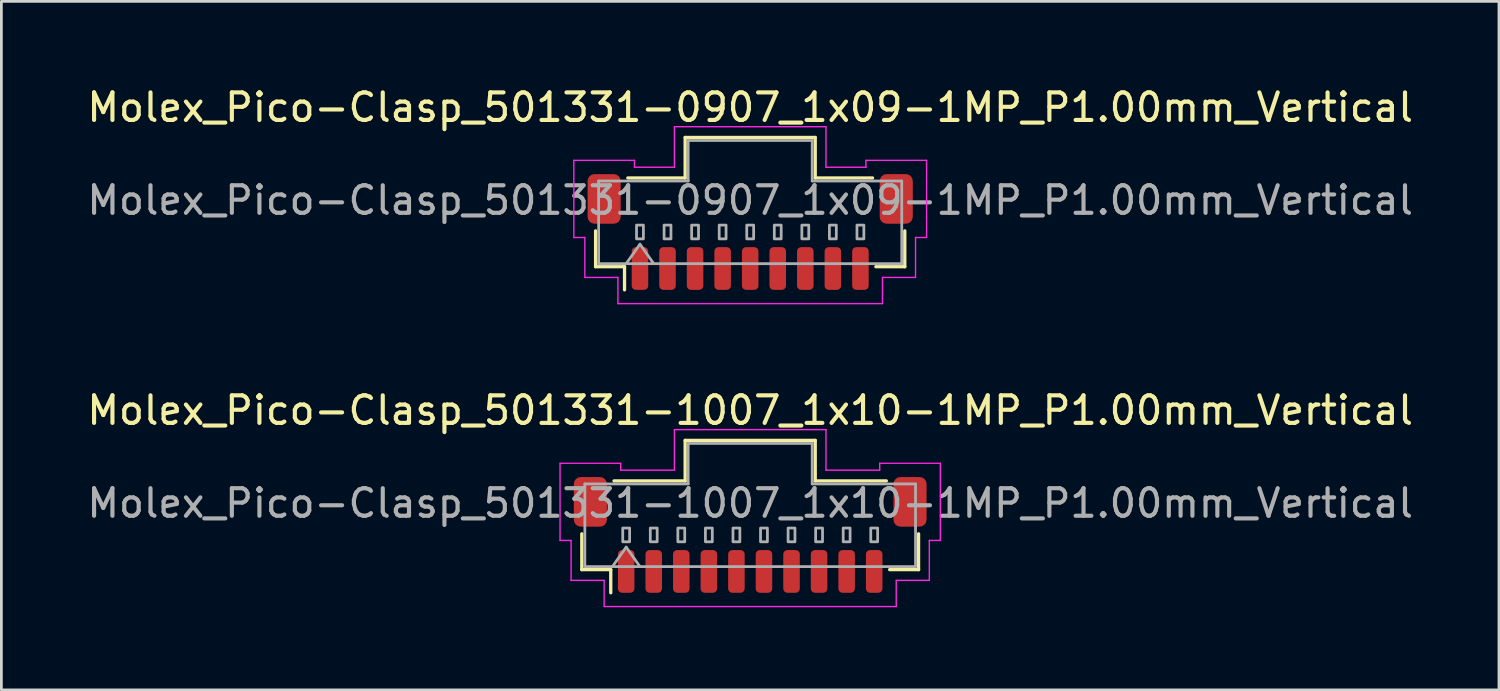
<source format=kicad_pcb>
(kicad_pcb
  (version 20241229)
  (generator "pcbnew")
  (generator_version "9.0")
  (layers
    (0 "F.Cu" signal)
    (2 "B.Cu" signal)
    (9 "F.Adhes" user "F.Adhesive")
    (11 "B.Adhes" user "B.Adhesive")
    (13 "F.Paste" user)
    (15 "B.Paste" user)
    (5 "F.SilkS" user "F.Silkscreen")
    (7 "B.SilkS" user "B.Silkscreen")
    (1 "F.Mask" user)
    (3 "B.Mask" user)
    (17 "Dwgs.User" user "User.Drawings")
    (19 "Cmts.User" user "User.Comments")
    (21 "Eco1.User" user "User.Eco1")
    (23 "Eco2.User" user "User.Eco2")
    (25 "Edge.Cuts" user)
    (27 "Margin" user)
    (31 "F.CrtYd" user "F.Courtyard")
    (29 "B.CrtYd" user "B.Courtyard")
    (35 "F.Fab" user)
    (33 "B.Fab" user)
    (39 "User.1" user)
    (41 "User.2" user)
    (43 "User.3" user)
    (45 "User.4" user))
  (footprint "Molex_Pico-Clasp_501331-0907_1x09-1MP_P1.00mm_Vertical"
    (layer "F.Cu")
    (at 24.173 5.368)
    (property "Reference" "Molex_Pico-Clasp_501331-0907_1x09-1MP_P1.00mm_Vertical" (at 0 -4.52 0) (layer "F.SilkS") (effects (font (size 1 1) (thickness 0.15))))
    (attr smd)
    (fp_line (start -5.61 -0.04) (end -5.61 1.26) (stroke (width 0.12) (type solid)) (layer "F.SilkS"))
    (fp_line (start -5.61 1.26) (end -4.56 1.26) (stroke (width 0.12) (type solid)) (layer "F.SilkS"))
    (fp_line (start -4.56 1.26) (end -4.56 2.1) (stroke (width 0.12) (type solid)) (layer "F.SilkS"))
    (fp_line (start -4.44 -1.96) (end -2.36 -1.96) (stroke (width 0.12) (type solid)) (layer "F.SilkS"))
    (fp_line (start -2.36 -3.43) (end 2.36 -3.43) (stroke (width 0.12) (type solid)) (layer "F.SilkS"))
    (fp_line (start -2.36 -1.96) (end -2.36 -3.43) (stroke (width 0.12) (type solid)) (layer "F.SilkS"))
    (fp_line (start 2.36 -3.43) (end 2.36 -1.96) (stroke (width 0.12) (type solid)) (layer "F.SilkS"))
    (fp_line (start 2.36 -1.96) (end 4.44 -1.96) (stroke (width 0.12) (type solid)) (layer "F.SilkS"))
    (fp_line (start 5.61 -0.04) (end 5.61 1.26) (stroke (width 0.12) (type solid)) (layer "F.SilkS"))
    (fp_line (start 5.61 1.26) (end 4.56 1.26) (stroke (width 0.12) (type solid)) (layer "F.SilkS"))
    (fp_line (start -6.4 -2.6) (end -4.2 -2.6) (stroke (width 0.05) (type solid)) (layer "F.CrtYd"))
    (fp_line (start -6.4 0.2) (end -6.4 -2.6) (stroke (width 0.05) (type solid)) (layer "F.CrtYd"))
    (fp_line (start -6 0.2) (end -6.4 0.2) (stroke (width 0.05) (type solid)) (layer "F.CrtYd"))
    (fp_line (start -6 1.65) (end -6 0.2) (stroke (width 0.05) (type solid)) (layer "F.CrtYd"))
    (fp_line (start -4.8 1.65) (end -6 1.65) (stroke (width 0.05) (type solid)) (layer "F.CrtYd"))
    (fp_line (start -4.8 2.6) (end -4.8 1.65) (stroke (width 0.05) (type solid)) (layer "F.CrtYd"))
    (fp_line (start -4.2 -2.6) (end -4.2 -2.35) (stroke (width 0.05) (type solid)) (layer "F.CrtYd"))
    (fp_line (start -4.2 -2.35) (end -2.75 -2.35) (stroke (width 0.05) (type solid)) (layer "F.CrtYd"))
    (fp_line (start -2.75 -3.82) (end 2.75 -3.82) (stroke (width 0.05) (type solid)) (layer "F.CrtYd"))
    (fp_line (start -2.75 -2.35) (end -2.75 -3.82) (stroke (width 0.05) (type solid)) (layer "F.CrtYd"))
    (fp_line (start 2.75 -3.82) (end 2.75 -2.35) (stroke (width 0.05) (type solid)) (layer "F.CrtYd"))
    (fp_line (start 2.75 -2.35) (end 4.2 -2.35) (stroke (width 0.05) (type solid)) (layer "F.CrtYd"))
    (fp_line (start 4.2 -2.6) (end 6.4 -2.6) (stroke (width 0.05) (type solid)) (layer "F.CrtYd"))
    (fp_line (start 4.2 -2.35) (end 4.2 -2.6) (stroke (width 0.05) (type solid)) (layer "F.CrtYd"))
    (fp_line (start 4.8 1.65) (end 4.8 2.6) (stroke (width 0.05) (type solid)) (layer "F.CrtYd"))
    (fp_line (start 4.8 2.6) (end -4.8 2.6) (stroke (width 0.05) (type solid)) (layer "F.CrtYd"))
    (fp_line (start 6 0.2) (end 6 1.65) (stroke (width 0.05) (type solid)) (layer "F.CrtYd"))
    (fp_line (start 6 1.65) (end 4.8 1.65) (stroke (width 0.05) (type solid)) (layer "F.CrtYd"))
    (fp_line (start 6.4 -2.6) (end 6.4 0.2) (stroke (width 0.05) (type solid)) (layer "F.CrtYd"))
    (fp_line (start 6.4 0.2) (end 6 0.2) (stroke (width 0.05) (type solid)) (layer "F.CrtYd"))
    (fp_line (start -5.5 -1.85) (end -2.25 -1.85) (stroke (width 0.1) (type solid)) (layer "F.Fab"))
    (fp_line (start -5.5 1.15) (end -5.5 -1.85) (stroke (width 0.1) (type solid)) (layer "F.Fab"))
    (fp_line (start -5.5 1.15) (end 5.5 1.15) (stroke (width 0.1) (type solid)) (layer "F.Fab"))
    (fp_line (start -4.5 1.15) (end -4 0.443) (stroke (width 0.1) (type solid)) (layer "F.Fab"))
    (fp_line (start -4 0.443) (end -3.5 1.15) (stroke (width 0.1) (type solid)) (layer "F.Fab"))
    (fp_line (start -2.25 -3.32) (end 2.25 -3.32) (stroke (width 0.1) (type solid)) (layer "F.Fab"))
    (fp_line (start -2.25 -1.85) (end -2.25 -3.32) (stroke (width 0.1) (type solid)) (layer "F.Fab"))
    (fp_line (start 2.25 -3.32) (end 2.25 -1.85) (stroke (width 0.1) (type solid)) (layer "F.Fab"))
    (fp_line (start 2.25 -1.85) (end 5.5 -1.85) (stroke (width 0.1) (type solid)) (layer "F.Fab"))
    (fp_line (start 5.5 1.15) (end 5.5 -1.85) (stroke (width 0.1) (type solid)) (layer "F.Fab"))
    (fp_rect (start -4.125 -0.25) (end -3.875 0.25) (stroke (width 0.1) (type solid)) (fill no) (layer "F.Fab"))
    (fp_rect (start -3.125 -0.25) (end -2.875 0.25) (stroke (width 0.1) (type solid)) (fill no) (layer "F.Fab"))
    (fp_rect (start -2.125 -0.25) (end -1.875 0.25) (stroke (width 0.1) (type solid)) (fill no) (layer "F.Fab"))
    (fp_rect (start -1.125 -0.25) (end -0.875 0.25) (stroke (width 0.1) (type solid)) (fill no) (layer "F.Fab"))
    (fp_rect (start -0.125 -0.25) (end 0.125 0.25) (stroke (width 0.1) (type solid)) (fill no) (layer "F.Fab"))
    (fp_rect (start 0.875 -0.25) (end 1.125 0.25) (stroke (width 0.1) (type solid)) (fill no) (layer "F.Fab"))
    (fp_rect (start 1.875 -0.25) (end 2.125 0.25) (stroke (width 0.1) (type solid)) (fill no) (layer "F.Fab"))
    (fp_rect (start 2.875 -0.25) (end 3.125 0.25) (stroke (width 0.1) (type solid)) (fill no) (layer "F.Fab"))
    (fp_rect (start 3.875 -0.25) (end 4.125 0.25) (stroke (width 0.1) (type solid)) (fill no) (layer "F.Fab"))
    (fp_text user "${REFERENCE}" (at 0 -1.15 0) (layer "F.Fab") (effects (font (size 1 1) (thickness 0.15))))
    (pad "1" smd roundrect (at -4 1.325) (size 0.6 1.55) (layers "F.Cu" "F.Mask" "F.Paste") (roundrect_rratio 0.25))
    (pad "2" smd roundrect (at -3 1.325) (size 0.6 1.55) (layers "F.Cu" "F.Mask" "F.Paste") (roundrect_rratio 0.25))
    (pad "3" smd roundrect (at -2 1.325) (size 0.6 1.55) (layers "F.Cu" "F.Mask" "F.Paste") (roundrect_rratio 0.25))
    (pad "4" smd roundrect (at -1 1.325) (size 0.6 1.55) (layers "F.Cu" "F.Mask" "F.Paste") (roundrect_rratio 0.25))
    (pad "5" smd roundrect (at 0 1.325) (size 0.6 1.55) (layers "F.Cu" "F.Mask" "F.Paste") (roundrect_rratio 0.25))
    (pad "6" smd roundrect (at 1 1.325) (size 0.6 1.55) (layers "F.Cu" "F.Mask" "F.Paste") (roundrect_rratio 0.25))
    (pad "7" smd roundrect (at 2 1.325) (size 0.6 1.55) (layers "F.Cu" "F.Mask" "F.Paste") (roundrect_rratio 0.25))
    (pad "8" smd roundrect (at 3 1.325) (size 0.6 1.55) (layers "F.Cu" "F.Mask" "F.Paste") (roundrect_rratio 0.25))
    (pad "9" smd roundrect (at 4 1.325) (size 0.6 1.55) (layers "F.Cu" "F.Mask" "F.Paste") (roundrect_rratio 0.25))
    (pad "MP" smd roundrect (at -5.3 -1.2) (size 1.2 1.8) (layers "F.Cu" "F.Mask" "F.Paste") (roundrect_rratio 0.208))
    (pad "MP" smd roundrect (at 5.3 -1.2) (size 1.2 1.8) (layers "F.Cu" "F.Mask" "F.Paste") (roundrect_rratio 0.208)))
  (footprint "Molex_Pico-Clasp_501331-1007_1x10-1MP_P1.00mm_Vertical"
    (layer "F.Cu")
    (at 24.173 16.361)
    (property "Reference" "Molex_Pico-Clasp_501331-1007_1x10-1MP_P1.00mm_Vertical" (at 0 -4.52 0) (layer "F.SilkS") (effects (font (size 1 1) (thickness 0.15))))
    (attr smd)
    (fp_line (start -6.11 -0.04) (end -6.11 1.26) (stroke (width 0.12) (type solid)) (layer "F.SilkS"))
    (fp_line (start -6.11 1.26) (end -5.06 1.26) (stroke (width 0.12) (type solid)) (layer "F.SilkS"))
    (fp_line (start -5.06 1.26) (end -5.06 2.1) (stroke (width 0.12) (type solid)) (layer "F.SilkS"))
    (fp_line (start -4.94 -1.96) (end -2.36 -1.96) (stroke (width 0.12) (type solid)) (layer "F.SilkS"))
    (fp_line (start -2.36 -3.43) (end 2.36 -3.43) (stroke (width 0.12) (type solid)) (layer "F.SilkS"))
    (fp_line (start -2.36 -1.96) (end -2.36 -3.43) (stroke (width 0.12) (type solid)) (layer "F.SilkS"))
    (fp_line (start 2.36 -3.43) (end 2.36 -1.96) (stroke (width 0.12) (type solid)) (layer "F.SilkS"))
    (fp_line (start 2.36 -1.96) (end 4.94 -1.96) (stroke (width 0.12) (type solid)) (layer "F.SilkS"))
    (fp_line (start 6.11 -0.04) (end 6.11 1.26) (stroke (width 0.12) (type solid)) (layer "F.SilkS"))
    (fp_line (start 6.11 1.26) (end 5.06 1.26) (stroke (width 0.12) (type solid)) (layer "F.SilkS"))
    (fp_line (start -6.9 -2.6) (end -4.7 -2.6) (stroke (width 0.05) (type solid)) (layer "F.CrtYd"))
    (fp_line (start -6.9 0.2) (end -6.9 -2.6) (stroke (width 0.05) (type solid)) (layer "F.CrtYd"))
    (fp_line (start -6.5 0.2) (end -6.9 0.2) (stroke (width 0.05) (type solid)) (layer "F.CrtYd"))
    (fp_line (start -6.5 1.65) (end -6.5 0.2) (stroke (width 0.05) (type solid)) (layer "F.CrtYd"))
    (fp_line (start -5.3 1.65) (end -6.5 1.65) (stroke (width 0.05) (type solid)) (layer "F.CrtYd"))
    (fp_line (start -5.3 2.6) (end -5.3 1.65) (stroke (width 0.05) (type solid)) (layer "F.CrtYd"))
    (fp_line (start -4.7 -2.6) (end -4.7 -2.35) (stroke (width 0.05) (type solid)) (layer "F.CrtYd"))
    (fp_line (start -4.7 -2.35) (end -2.75 -2.35) (stroke (width 0.05) (type solid)) (layer "F.CrtYd"))
    (fp_line (start -2.75 -3.82) (end 2.75 -3.82) (stroke (width 0.05) (type solid)) (layer "F.CrtYd"))
    (fp_line (start -2.75 -2.35) (end -2.75 -3.82) (stroke (width 0.05) (type solid)) (layer "F.CrtYd"))
    (fp_line (start 2.75 -3.82) (end 2.75 -2.35) (stroke (width 0.05) (type solid)) (layer "F.CrtYd"))
    (fp_line (start 2.75 -2.35) (end 4.7 -2.35) (stroke (width 0.05) (type solid)) (layer "F.CrtYd"))
    (fp_line (start 4.7 -2.6) (end 6.9 -2.6) (stroke (width 0.05) (type solid)) (layer "F.CrtYd"))
    (fp_line (start 4.7 -2.35) (end 4.7 -2.6) (stroke (width 0.05) (type solid)) (layer "F.CrtYd"))
    (fp_line (start 5.3 1.65) (end 5.3 2.6) (stroke (width 0.05) (type solid)) (layer "F.CrtYd"))
    (fp_line (start 5.3 2.6) (end -5.3 2.6) (stroke (width 0.05) (type solid)) (layer "F.CrtYd"))
    (fp_line (start 6.5 0.2) (end 6.5 1.65) (stroke (width 0.05) (type solid)) (layer "F.CrtYd"))
    (fp_line (start 6.5 1.65) (end 5.3 1.65) (stroke (width 0.05) (type solid)) (layer "F.CrtYd"))
    (fp_line (start 6.9 -2.6) (end 6.9 0.2) (stroke (width 0.05) (type solid)) (layer "F.CrtYd"))
    (fp_line (start 6.9 0.2) (end 6.5 0.2) (stroke (width 0.05) (type solid)) (layer "F.CrtYd"))
    (fp_line (start -6 -1.85) (end -2.25 -1.85) (stroke (width 0.1) (type solid)) (layer "F.Fab"))
    (fp_line (start -6 1.15) (end -6 -1.85) (stroke (width 0.1) (type solid)) (layer "F.Fab"))
    (fp_line (start -6 1.15) (end 6 1.15) (stroke (width 0.1) (type solid)) (layer "F.Fab"))
    (fp_line (start -5 1.15) (end -4.5 0.443) (stroke (width 0.1) (type solid)) (layer "F.Fab"))
    (fp_line (start -4.5 0.443) (end -4 1.15) (stroke (width 0.1) (type solid)) (layer "F.Fab"))
    (fp_line (start -2.25 -3.32) (end 2.25 -3.32) (stroke (width 0.1) (type solid)) (layer "F.Fab"))
    (fp_line (start -2.25 -1.85) (end -2.25 -3.32) (stroke (width 0.1) (type solid)) (layer "F.Fab"))
    (fp_line (start 2.25 -3.32) (end 2.25 -1.85) (stroke (width 0.1) (type solid)) (layer "F.Fab"))
    (fp_line (start 2.25 -1.85) (end 6 -1.85) (stroke (width 0.1) (type solid)) (layer "F.Fab"))
    (fp_line (start 6 1.15) (end 6 -1.85) (stroke (width 0.1) (type solid)) (layer "F.Fab"))
    (fp_rect (start -4.625 -0.25) (end -4.375 0.25) (stroke (width 0.1) (type solid)) (fill no) (layer "F.Fab"))
    (fp_rect (start -3.625 -0.25) (end -3.375 0.25) (stroke (width 0.1) (type solid)) (fill no) (layer "F.Fab"))
    (fp_rect (start -2.625 -0.25) (end -2.375 0.25) (stroke (width 0.1) (type solid)) (fill no) (layer "F.Fab"))
    (fp_rect (start -1.625 -0.25) (end -1.375 0.25) (stroke (width 0.1) (type solid)) (fill no) (layer "F.Fab"))
    (fp_rect (start -0.625 -0.25) (end -0.375 0.25) (stroke (width 0.1) (type solid)) (fill no) (layer "F.Fab"))
    (fp_rect (start 0.375 -0.25) (end 0.625 0.25) (stroke (width 0.1) (type solid)) (fill no) (layer "F.Fab"))
    (fp_rect (start 1.375 -0.25) (end 1.625 0.25) (stroke (width 0.1) (type solid)) (fill no) (layer "F.Fab"))
    (fp_rect (start 2.375 -0.25) (end 2.625 0.25) (stroke (width 0.1) (type solid)) (fill no) (layer "F.Fab"))
    (fp_rect (start 3.375 -0.25) (end 3.625 0.25) (stroke (width 0.1) (type solid)) (fill no) (layer "F.Fab"))
    (fp_rect (start 4.375 -0.25) (end 4.625 0.25) (stroke (width 0.1) (type solid)) (fill no) (layer "F.Fab"))
    (fp_text user "${REFERENCE}" (at 0 -1.15 0) (layer "F.Fab") (effects (font (size 1 1) (thickness 0.15))))
    (pad "1" smd roundrect (at -4.5 1.325) (size 0.6 1.55) (layers "F.Cu" "F.Mask" "F.Paste") (roundrect_rratio 0.25))
    (pad "2" smd roundrect (at -3.5 1.325) (size 0.6 1.55) (layers "F.Cu" "F.Mask" "F.Paste") (roundrect_rratio 0.25))
    (pad "3" smd roundrect (at -2.5 1.325) (size 0.6 1.55) (layers "F.Cu" "F.Mask" "F.Paste") (roundrect_rratio 0.25))
    (pad "4" smd roundrect (at -1.5 1.325) (size 0.6 1.55) (layers "F.Cu" "F.Mask" "F.Paste") (roundrect_rratio 0.25))
    (pad "5" smd roundrect (at -0.5 1.325) (size 0.6 1.55) (layers "F.Cu" "F.Mask" "F.Paste") (roundrect_rratio 0.25))
    (pad "6" smd roundrect (at 0.5 1.325) (size 0.6 1.55) (layers "F.Cu" "F.Mask" "F.Paste") (roundrect_rratio 0.25))
    (pad "7" smd roundrect (at 1.5 1.325) (size 0.6 1.55) (layers "F.Cu" "F.Mask" "F.Paste") (roundrect_rratio 0.25))
    (pad "8" smd roundrect (at 2.5 1.325) (size 0.6 1.55) (layers "F.Cu" "F.Mask" "F.Paste") (roundrect_rratio 0.25))
    (pad "9" smd roundrect (at 3.5 1.325) (size 0.6 1.55) (layers "F.Cu" "F.Mask" "F.Paste") (roundrect_rratio 0.25))
    (pad "10" smd roundrect (at 4.5 1.325) (size 0.6 1.55) (layers "F.Cu" "F.Mask" "F.Paste") (roundrect_rratio 0.25))
    (pad "MP" smd roundrect (at -5.8 -1.2) (size 1.2 1.8) (layers "F.Cu" "F.Mask" "F.Paste") (roundrect_rratio 0.208))
    (pad "MP" smd roundrect (at 5.8 -1.2) (size 1.2 1.8) (layers "F.Cu" "F.Mask" "F.Paste") (roundrect_rratio 0.208)))
  (gr_rect
    (start -3 -3)
    (end 51.345 21.986)
    (stroke (width 0.1) (type default))
    (fill no)
    (layer "Edge.Cuts")))
</source>
